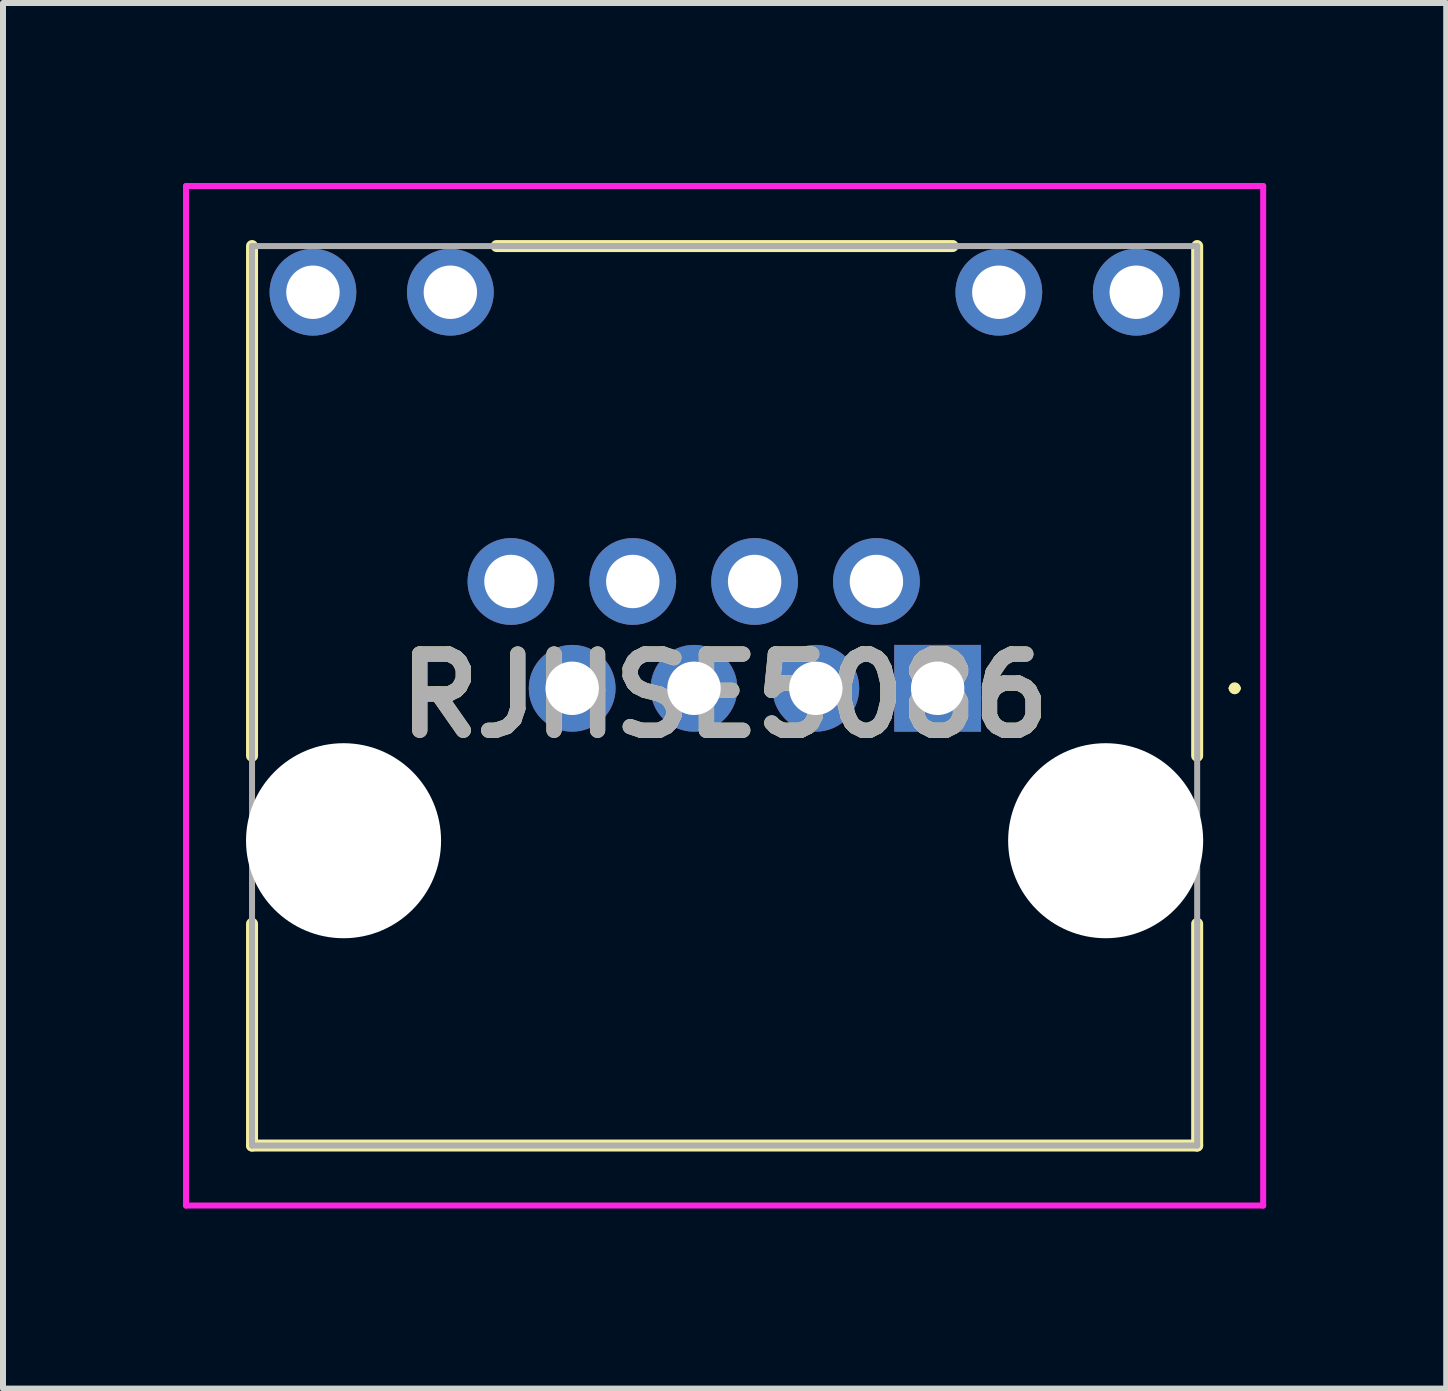
<source format=kicad_pcb>
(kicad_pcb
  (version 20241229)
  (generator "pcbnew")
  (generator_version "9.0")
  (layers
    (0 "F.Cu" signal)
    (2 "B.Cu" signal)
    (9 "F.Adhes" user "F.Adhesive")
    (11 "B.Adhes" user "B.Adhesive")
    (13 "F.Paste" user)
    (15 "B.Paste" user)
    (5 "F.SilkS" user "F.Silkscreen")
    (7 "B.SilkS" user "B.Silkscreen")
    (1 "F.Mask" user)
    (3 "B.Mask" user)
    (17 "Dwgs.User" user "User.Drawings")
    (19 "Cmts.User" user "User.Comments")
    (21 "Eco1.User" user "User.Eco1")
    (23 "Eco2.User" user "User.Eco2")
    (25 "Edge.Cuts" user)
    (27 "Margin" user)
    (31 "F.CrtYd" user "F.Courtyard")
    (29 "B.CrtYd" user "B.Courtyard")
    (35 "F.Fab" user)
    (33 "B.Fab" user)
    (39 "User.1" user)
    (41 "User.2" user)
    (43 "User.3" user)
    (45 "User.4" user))
  (footprint "RJHSE5086"
    (layer "F.Cu")
    (at 12.575 8.42)
    (property "Reference" "RJHSE5086" (at -3.55 0.125 0) (layer "F.SilkS") (effects (font (size 1.27 1.27) (thickness 0.254))))
    (attr through_hole)
    (fp_line (start -11.425 1.125) (end -11.425 -7.37) (stroke (width 0.2) (type solid)) (layer "F.SilkS"))
    (fp_line (start -11.425 7.62) (end -11.425 3.925) (stroke (width 0.2) (type solid)) (layer "F.SilkS"))
    (fp_line (start -7.35 -7.37) (end 0.25 -7.37) (stroke (width 0.2) (type solid)) (layer "F.SilkS"))
    (fp_line (start 4.325 -7.37) (end 4.325 1.125) (stroke (width 0.2) (type solid)) (layer "F.SilkS"))
    (fp_line (start 4.325 3.925) (end 4.325 7.62) (stroke (width 0.2) (type solid)) (layer "F.SilkS"))
    (fp_line (start 4.325 7.62) (end -11.425 7.62) (stroke (width 0.2) (type solid)) (layer "F.SilkS"))
    (fp_line (start 4.9 0) (end 4.9 0) (stroke (width 0.1) (type solid)) (layer "F.SilkS"))
    (fp_line (start 5 0) (end 5 0) (stroke (width 0.1) (type solid)) (layer "F.SilkS"))
    (fp_arc (start 4.9 0) (mid 4.95 -0.05) (end 5 0) (stroke (width 0.1) (type solid)) (layer "F.SilkS"))
    (fp_arc (start 5 0) (mid 4.95 0.05) (end 4.9 0) (stroke (width 0.1) (type solid)) (layer "F.SilkS"))
    (fp_line (start -12.525 -8.37) (end 5.425 -8.37) (stroke (width 0.1) (type solid)) (layer "F.CrtYd"))
    (fp_line (start -12.525 8.62) (end -12.525 -8.37) (stroke (width 0.1) (type solid)) (layer "F.CrtYd"))
    (fp_line (start 5.425 -8.37) (end 5.425 8.62) (stroke (width 0.1) (type solid)) (layer "F.CrtYd"))
    (fp_line (start 5.425 8.62) (end -12.525 8.62) (stroke (width 0.1) (type solid)) (layer "F.CrtYd"))
    (fp_line (start -11.425 -7.37) (end -11.425 7.62) (stroke (width 0.1) (type solid)) (layer "F.Fab"))
    (fp_line (start -11.425 7.62) (end 4.325 7.62) (stroke (width 0.1) (type solid)) (layer "F.Fab"))
    (fp_line (start 4.325 -7.37) (end -11.425 -7.37) (stroke (width 0.1) (type solid)) (layer "F.Fab"))
    (fp_line (start 4.325 7.62) (end 4.325 -7.37) (stroke (width 0.1) (type solid)) (layer "F.Fab"))
    (fp_text user "${REFERENCE}" (at -3.55 0.125 0) (layer "F.Fab") (effects (font (size 1.27 1.27) (thickness 0.254))))
    (pad "" np_thru_hole circle (at -9.9 2.54) (size 3.25 3.25) (drill 3.25) (layers "*.Cu" "*.Mask"))
    (pad "" np_thru_hole circle (at 2.8 2.54) (size 3.25 3.25) (drill 3.25) (layers "*.Cu" "*.Mask"))
    (pad "1" thru_hole rect (at 0 0) (size 1.446 1.446) (drill 0.89) (layers "*.Cu" "*.Mask"))
    (pad "2" thru_hole circle (at -1.02 -1.78) (size 1.446 1.446) (drill 0.89) (layers "*.Cu" "*.Mask"))
    (pad "3" thru_hole circle (at -2.03 0) (size 1.446 1.446) (drill 0.89) (layers "*.Cu" "*.Mask"))
    (pad "4" thru_hole circle (at -3.05 -1.78) (size 1.446 1.446) (drill 0.89) (layers "*.Cu" "*.Mask"))
    (pad "5" thru_hole circle (at -4.06 0) (size 1.446 1.446) (drill 0.89) (layers "*.Cu" "*.Mask"))
    (pad "6" thru_hole circle (at -5.08 -1.78) (size 1.446 1.446) (drill 0.89) (layers "*.Cu" "*.Mask"))
    (pad "7" thru_hole circle (at -6.09 0) (size 1.446 1.446) (drill 0.89) (layers "*.Cu" "*.Mask"))
    (pad "8" thru_hole circle (at -7.11 -1.78) (size 1.446 1.446) (drill 0.89) (layers "*.Cu" "*.Mask"))
    (pad "9" thru_hole circle (at 3.31 -6.6) (size 1.446 1.446) (drill 0.89) (layers "*.Cu" "*.Mask"))
    (pad "10" thru_hole circle (at 1.02 -6.6) (size 1.446 1.446) (drill 0.89) (layers "*.Cu" "*.Mask"))
    (pad "11" thru_hole circle (at -8.12 -6.6) (size 1.446 1.446) (drill 0.89) (layers "*.Cu" "*.Mask"))
    (pad "12" thru_hole circle (at -10.41 -6.6) (size 1.446 1.446) (drill 0.89) (layers "*.Cu" "*.Mask")))
  (gr_rect
    (start -3 -3)
    (end 21.05 20.09)
    (stroke (width 0.1) (type default))
    (fill no)
    (layer "Edge.Cuts")))
</source>
